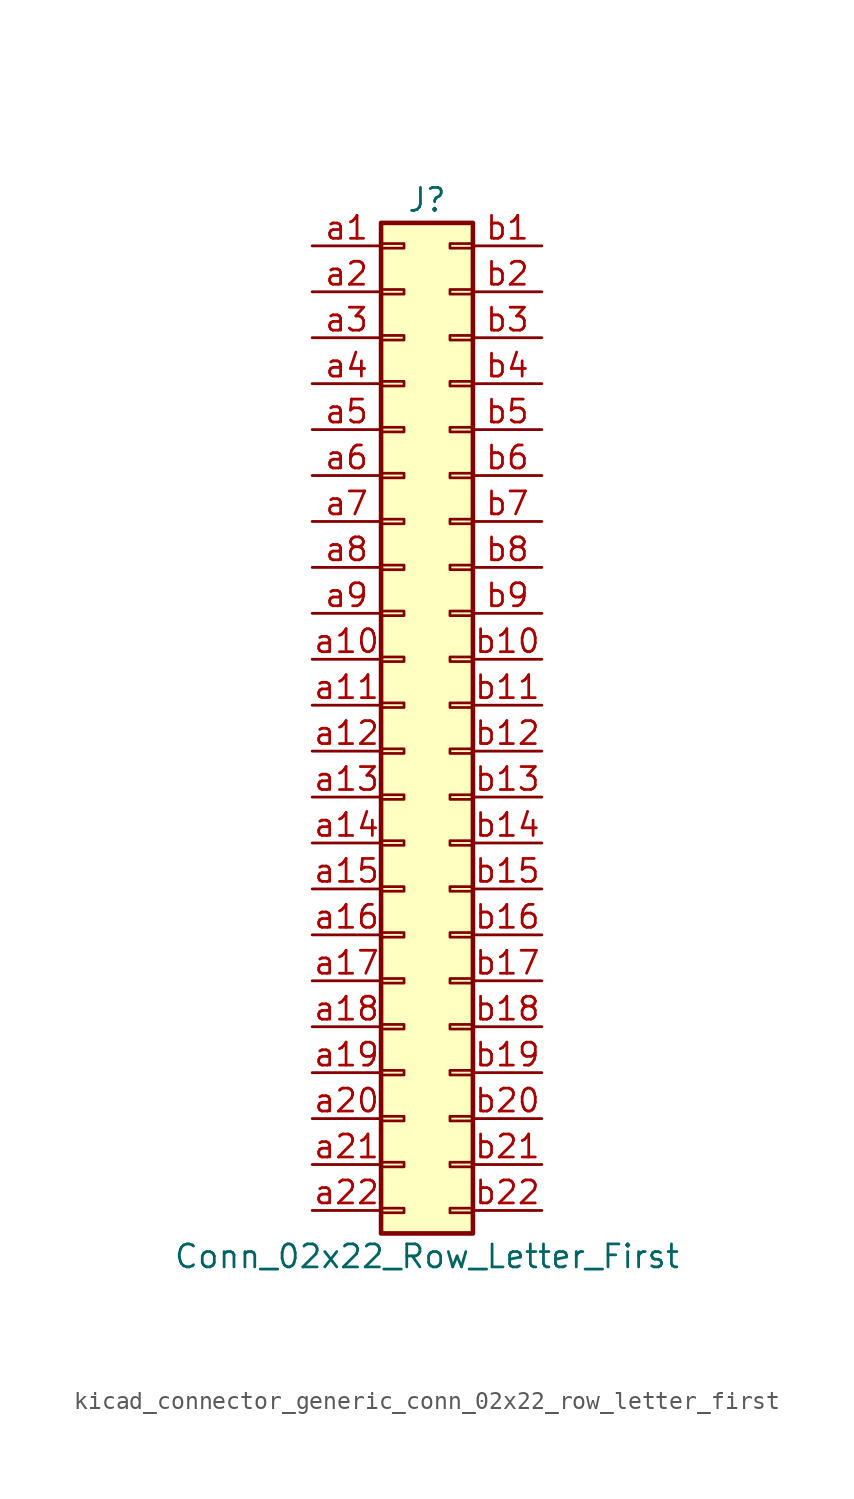
<source format=kicad_sym>
(kicad_symbol_lib
  (version 20220914)
  (generator kicad_symbol_editor)
  (symbol "kicad_connector_generic_conn_02x22_row_letter_first"
    (pin_names
      (offset 1.016) hide)
    (property "Reference" "J"
      (at 1.27 27.94 0)
      (effects (font (size 1.27 1.27))))
    (property "Value" "Conn_02x22_Row_Letter_First"
      (at 1.27 -30.48 0)
      (effects (font (size 1.27 1.27))))
    (symbol "kicad_connector_generic_conn_02x22_row_letter_first_1_1"
      (rectangle (start -1.27 -27.813) (end 0 -28.067) (stroke (width 0.152) (type default)) (fill (type none)))
      (rectangle (start -1.27 -25.273) (end 0 -25.527) (stroke (width 0.152) (type default)) (fill (type none)))
      (rectangle (start -1.27 -22.733) (end 0 -22.987) (stroke (width 0.152) (type default)) (fill (type none)))
      (rectangle (start -1.27 -20.193) (end 0 -20.447) (stroke (width 0.152) (type default)) (fill (type none)))
      (rectangle (start -1.27 -17.653) (end 0 -17.907) (stroke (width 0.152) (type default)) (fill (type none)))
      (rectangle (start -1.27 -15.113) (end 0 -15.367) (stroke (width 0.152) (type default)) (fill (type none)))
      (rectangle (start -1.27 -12.573) (end 0 -12.827) (stroke (width 0.152) (type default)) (fill (type none)))
      (rectangle (start -1.27 -10.033) (end 0 -10.287) (stroke (width 0.152) (type default)) (fill (type none)))
      (rectangle (start -1.27 -7.493) (end 0 -7.747) (stroke (width 0.152) (type default)) (fill (type none)))
      (rectangle (start -1.27 -4.953) (end 0 -5.207) (stroke (width 0.152) (type default)) (fill (type none)))
      (rectangle (start -1.27 -2.413) (end 0 -2.667) (stroke (width 0.152) (type default)) (fill (type none)))
      (rectangle (start -1.27 0.127) (end 0 -0.127) (stroke (width 0.152) (type default)) (fill (type none)))
      (rectangle (start -1.27 2.667) (end 0 2.413) (stroke (width 0.152) (type default)) (fill (type none)))
      (rectangle (start -1.27 5.207) (end 0 4.953) (stroke (width 0.152) (type default)) (fill (type none)))
      (rectangle (start -1.27 7.747) (end 0 7.493) (stroke (width 0.152) (type default)) (fill (type none)))
      (rectangle (start -1.27 10.287) (end 0 10.033) (stroke (width 0.152) (type default)) (fill (type none)))
      (rectangle (start -1.27 12.827) (end 0 12.573) (stroke (width 0.152) (type default)) (fill (type none)))
      (rectangle (start -1.27 15.367) (end 0 15.113) (stroke (width 0.152) (type default)) (fill (type none)))
      (rectangle (start -1.27 17.907) (end 0 17.653) (stroke (width 0.152) (type default)) (fill (type none)))
      (rectangle (start -1.27 20.447) (end 0 20.193) (stroke (width 0.152) (type default)) (fill (type none)))
      (rectangle (start -1.27 22.987) (end 0 22.733) (stroke (width 0.152) (type default)) (fill (type none)))
      (rectangle (start -1.27 25.527) (end 0 25.273) (stroke (width 0.152) (type default)) (fill (type none)))
      (rectangle (start -1.27 26.67) (end 3.81 -29.21) (stroke (width 0.254) (type default)) (fill (type background)))
      (rectangle (start 3.81 -27.813) (end 2.54 -28.067) (stroke (width 0.152) (type default)) (fill (type none)))
      (rectangle (start 3.81 -25.273) (end 2.54 -25.527) (stroke (width 0.152) (type default)) (fill (type none)))
      (rectangle (start 3.81 -22.733) (end 2.54 -22.987) (stroke (width 0.152) (type default)) (fill (type none)))
      (rectangle (start 3.81 -20.193) (end 2.54 -20.447) (stroke (width 0.152) (type default)) (fill (type none)))
      (rectangle (start 3.81 -17.653) (end 2.54 -17.907) (stroke (width 0.152) (type default)) (fill (type none)))
      (rectangle (start 3.81 -15.113) (end 2.54 -15.367) (stroke (width 0.152) (type default)) (fill (type none)))
      (rectangle (start 3.81 -12.573) (end 2.54 -12.827) (stroke (width 0.152) (type default)) (fill (type none)))
      (rectangle (start 3.81 -10.033) (end 2.54 -10.287) (stroke (width 0.152) (type default)) (fill (type none)))
      (rectangle (start 3.81 -7.493) (end 2.54 -7.747) (stroke (width 0.152) (type default)) (fill (type none)))
      (rectangle (start 3.81 -4.953) (end 2.54 -5.207) (stroke (width 0.152) (type default)) (fill (type none)))
      (rectangle (start 3.81 -2.413) (end 2.54 -2.667) (stroke (width 0.152) (type default)) (fill (type none)))
      (rectangle (start 3.81 0.127) (end 2.54 -0.127) (stroke (width 0.152) (type default)) (fill (type none)))
      (rectangle (start 3.81 2.667) (end 2.54 2.413) (stroke (width 0.152) (type default)) (fill (type none)))
      (rectangle (start 3.81 5.207) (end 2.54 4.953) (stroke (width 0.152) (type default)) (fill (type none)))
      (rectangle (start 3.81 7.747) (end 2.54 7.493) (stroke (width 0.152) (type default)) (fill (type none)))
      (rectangle (start 3.81 10.287) (end 2.54 10.033) (stroke (width 0.152) (type default)) (fill (type none)))
      (rectangle (start 3.81 12.827) (end 2.54 12.573) (stroke (width 0.152) (type default)) (fill (type none)))
      (rectangle (start 3.81 15.367) (end 2.54 15.113) (stroke (width 0.152) (type default)) (fill (type none)))
      (rectangle (start 3.81 17.907) (end 2.54 17.653) (stroke (width 0.152) (type default)) (fill (type none)))
      (rectangle (start 3.81 20.447) (end 2.54 20.193) (stroke (width 0.152) (type default)) (fill (type none)))
      (rectangle (start 3.81 22.987) (end 2.54 22.733) (stroke (width 0.152) (type default)) (fill (type none)))
      (rectangle (start 3.81 25.527) (end 2.54 25.273) (stroke (width 0.152) (type default)) (fill (type none)))
      (pin passive line (at -5.08 25.4 0) (length 3.81) (name "Pin_a1" (effects (font (size 1.27 1.27)))) (number "a1" (effects (font (size 1.27 1.27)))))
      (pin passive line (at -5.08 2.54 0) (length 3.81) (name "Pin_a10" (effects (font (size 1.27 1.27)))) (number "a10" (effects (font (size 1.27 1.27)))))
      (pin passive line (at -5.08 0 0) (length 3.81) (name "Pin_a11" (effects (font (size 1.27 1.27)))) (number "a11" (effects (font (size 1.27 1.27)))))
      (pin passive line (at -5.08 -2.54 0) (length 3.81) (name "Pin_a12" (effects (font (size 1.27 1.27)))) (number "a12" (effects (font (size 1.27 1.27)))))
      (pin passive line (at -5.08 -5.08 0) (length 3.81) (name "Pin_a13" (effects (font (size 1.27 1.27)))) (number "a13" (effects (font (size 1.27 1.27)))))
      (pin passive line (at -5.08 -7.62 0) (length 3.81) (name "Pin_a14" (effects (font (size 1.27 1.27)))) (number "a14" (effects (font (size 1.27 1.27)))))
      (pin passive line (at -5.08 -10.16 0) (length 3.81) (name "Pin_a15" (effects (font (size 1.27 1.27)))) (number "a15" (effects (font (size 1.27 1.27)))))
      (pin passive line (at -5.08 -12.7 0) (length 3.81) (name "Pin_a16" (effects (font (size 1.27 1.27)))) (number "a16" (effects (font (size 1.27 1.27)))))
      (pin passive line (at -5.08 -15.24 0) (length 3.81) (name "Pin_a17" (effects (font (size 1.27 1.27)))) (number "a17" (effects (font (size 1.27 1.27)))))
      (pin passive line (at -5.08 -17.78 0) (length 3.81) (name "Pin_a18" (effects (font (size 1.27 1.27)))) (number "a18" (effects (font (size 1.27 1.27)))))
      (pin passive line (at -5.08 -20.32 0) (length 3.81) (name "Pin_a19" (effects (font (size 1.27 1.27)))) (number "a19" (effects (font (size 1.27 1.27)))))
      (pin passive line (at -5.08 22.86 0) (length 3.81) (name "Pin_a2" (effects (font (size 1.27 1.27)))) (number "a2" (effects (font (size 1.27 1.27)))))
      (pin passive line (at -5.08 -22.86 0) (length 3.81) (name "Pin_a20" (effects (font (size 1.27 1.27)))) (number "a20" (effects (font (size 1.27 1.27)))))
      (pin passive line (at -5.08 -25.4 0) (length 3.81) (name "Pin_a21" (effects (font (size 1.27 1.27)))) (number "a21" (effects (font (size 1.27 1.27)))))
      (pin passive line (at -5.08 -27.94 0) (length 3.81) (name "Pin_a22" (effects (font (size 1.27 1.27)))) (number "a22" (effects (font (size 1.27 1.27)))))
      (pin passive line (at -5.08 20.32 0) (length 3.81) (name "Pin_a3" (effects (font (size 1.27 1.27)))) (number "a3" (effects (font (size 1.27 1.27)))))
      (pin passive line (at -5.08 17.78 0) (length 3.81) (name "Pin_a4" (effects (font (size 1.27 1.27)))) (number "a4" (effects (font (size 1.27 1.27)))))
      (pin passive line (at -5.08 15.24 0) (length 3.81) (name "Pin_a5" (effects (font (size 1.27 1.27)))) (number "a5" (effects (font (size 1.27 1.27)))))
      (pin passive line (at -5.08 12.7 0) (length 3.81) (name "Pin_a6" (effects (font (size 1.27 1.27)))) (number "a6" (effects (font (size 1.27 1.27)))))
      (pin passive line (at -5.08 10.16 0) (length 3.81) (name "Pin_a7" (effects (font (size 1.27 1.27)))) (number "a7" (effects (font (size 1.27 1.27)))))
      (pin passive line (at -5.08 7.62 0) (length 3.81) (name "Pin_a8" (effects (font (size 1.27 1.27)))) (number "a8" (effects (font (size 1.27 1.27)))))
      (pin passive line (at -5.08 5.08 0) (length 3.81) (name "Pin_a9" (effects (font (size 1.27 1.27)))) (number "a9" (effects (font (size 1.27 1.27)))))
      (pin passive line (at 7.62 25.4 180) (length 3.81) (name "Pin_b1" (effects (font (size 1.27 1.27)))) (number "b1" (effects (font (size 1.27 1.27)))))
      (pin passive line (at 7.62 2.54 180) (length 3.81) (name "Pin_b10" (effects (font (size 1.27 1.27)))) (number "b10" (effects (font (size 1.27 1.27)))))
      (pin passive line (at 7.62 0 180) (length 3.81) (name "Pin_b11" (effects (font (size 1.27 1.27)))) (number "b11" (effects (font (size 1.27 1.27)))))
      (pin passive line (at 7.62 -2.54 180) (length 3.81) (name "Pin_b12" (effects (font (size 1.27 1.27)))) (number "b12" (effects (font (size 1.27 1.27)))))
      (pin passive line (at 7.62 -5.08 180) (length 3.81) (name "Pin_b13" (effects (font (size 1.27 1.27)))) (number "b13" (effects (font (size 1.27 1.27)))))
      (pin passive line (at 7.62 -7.62 180) (length 3.81) (name "Pin_b14" (effects (font (size 1.27 1.27)))) (number "b14" (effects (font (size 1.27 1.27)))))
      (pin passive line (at 7.62 -10.16 180) (length 3.81) (name "Pin_b15" (effects (font (size 1.27 1.27)))) (number "b15" (effects (font (size 1.27 1.27)))))
      (pin passive line (at 7.62 -12.7 180) (length 3.81) (name "Pin_b16" (effects (font (size 1.27 1.27)))) (number "b16" (effects (font (size 1.27 1.27)))))
      (pin passive line (at 7.62 -15.24 180) (length 3.81) (name "Pin_b17" (effects (font (size 1.27 1.27)))) (number "b17" (effects (font (size 1.27 1.27)))))
      (pin passive line (at 7.62 -17.78 180) (length 3.81) (name "Pin_b18" (effects (font (size 1.27 1.27)))) (number "b18" (effects (font (size 1.27 1.27)))))
      (pin passive line (at 7.62 -20.32 180) (length 3.81) (name "Pin_b19" (effects (font (size 1.27 1.27)))) (number "b19" (effects (font (size 1.27 1.27)))))
      (pin passive line (at 7.62 22.86 180) (length 3.81) (name "Pin_b2" (effects (font (size 1.27 1.27)))) (number "b2" (effects (font (size 1.27 1.27)))))
      (pin passive line (at 7.62 -22.86 180) (length 3.81) (name "Pin_b20" (effects (font (size 1.27 1.27)))) (number "b20" (effects (font (size 1.27 1.27)))))
      (pin passive line (at 7.62 -25.4 180) (length 3.81) (name "Pin_b21" (effects (font (size 1.27 1.27)))) (number "b21" (effects (font (size 1.27 1.27)))))
      (pin passive line (at 7.62 -27.94 180) (length 3.81) (name "Pin_b22" (effects (font (size 1.27 1.27)))) (number "b22" (effects (font (size 1.27 1.27)))))
      (pin passive line (at 7.62 20.32 180) (length 3.81) (name "Pin_b3" (effects (font (size 1.27 1.27)))) (number "b3" (effects (font (size 1.27 1.27)))))
      (pin passive line (at 7.62 17.78 180) (length 3.81) (name "Pin_b4" (effects (font (size 1.27 1.27)))) (number "b4" (effects (font (size 1.27 1.27)))))
      (pin passive line (at 7.62 15.24 180) (length 3.81) (name "Pin_b5" (effects (font (size 1.27 1.27)))) (number "b5" (effects (font (size 1.27 1.27)))))
      (pin passive line (at 7.62 12.7 180) (length 3.81) (name "Pin_b6" (effects (font (size 1.27 1.27)))) (number "b6" (effects (font (size 1.27 1.27)))))
      (pin passive line (at 7.62 10.16 180) (length 3.81) (name "Pin_b7" (effects (font (size 1.27 1.27)))) (number "b7" (effects (font (size 1.27 1.27)))))
      (pin passive line (at 7.62 7.62 180) (length 3.81) (name "Pin_b8" (effects (font (size 1.27 1.27)))) (number "b8" (effects (font (size 1.27 1.27)))))
      (pin passive line (at 7.62 5.08 180) (length 3.81) (name "Pin_b9" (effects (font (size 1.27 1.27)))) (number "b9" (effects (font (size 1.27 1.27))))))))
</source>
